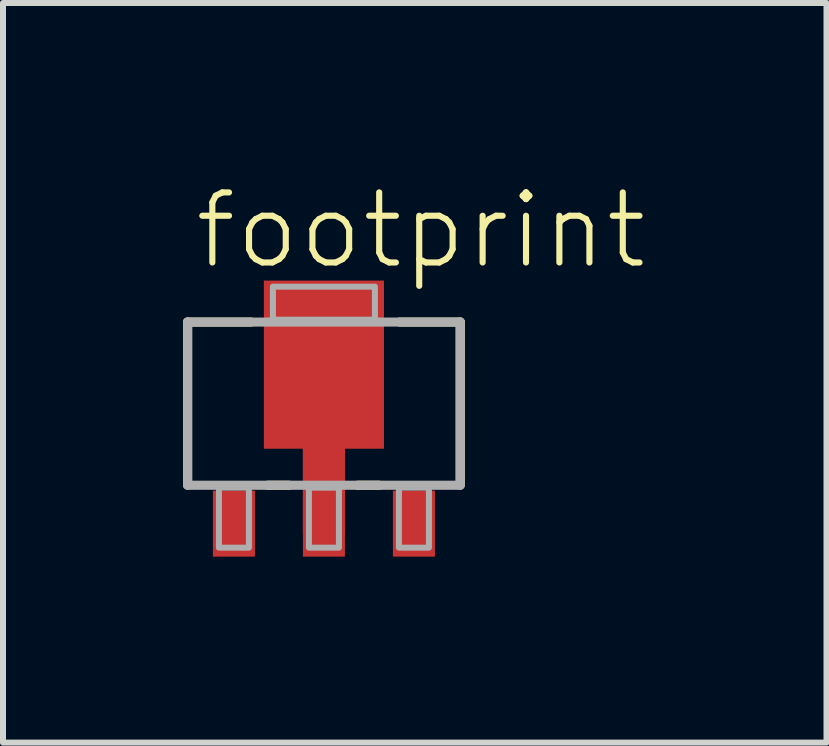
<source format=kicad_pcb>
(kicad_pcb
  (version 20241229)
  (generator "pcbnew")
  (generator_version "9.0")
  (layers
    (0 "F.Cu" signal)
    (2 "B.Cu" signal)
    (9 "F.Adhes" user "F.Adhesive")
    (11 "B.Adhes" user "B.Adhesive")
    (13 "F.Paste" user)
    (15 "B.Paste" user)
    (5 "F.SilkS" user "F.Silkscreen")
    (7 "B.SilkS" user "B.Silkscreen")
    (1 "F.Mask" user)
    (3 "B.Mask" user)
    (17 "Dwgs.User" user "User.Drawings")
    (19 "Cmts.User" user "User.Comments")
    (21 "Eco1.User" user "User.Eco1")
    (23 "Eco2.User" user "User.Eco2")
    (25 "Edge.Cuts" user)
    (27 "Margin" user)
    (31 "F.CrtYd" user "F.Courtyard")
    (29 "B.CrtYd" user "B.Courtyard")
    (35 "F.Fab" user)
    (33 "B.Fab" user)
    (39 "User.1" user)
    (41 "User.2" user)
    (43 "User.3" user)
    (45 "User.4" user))
  (footprint "footprint"
    (layer "F.Cu")
    (at 2.349 3.928)
    (property "Reference" "footprint" (at -2.205 -2.455 0) (layer "F.SilkS") (effects (font (size 1.168 1.168) (thickness 0.102)) (justify left bottom)))
    (fp_poly (pts (xy 1.001 0.501) (xy 0.351 0.501) (xy 0.351 1.926) (xy -0.351 1.926) (xy -0.351 0.501) (xy -1.001 0.501) (xy -1.001 -2.301) (xy 1.001 -2.301)) (stroke (width 0) (type solid)) (fill yes) (layer "F.Cu"))
    (fp_poly (pts (xy -1.1 0.6) (xy 1.1 0.6) (xy 1.1 -2.4) (xy -1.1 -2.4)) (stroke (width 0) (type solid)) (fill yes) (layer "F.Mask"))
    (fp_poly (pts (xy -0.45 2.4) (xy 0.45 2.4) (xy 0.45 1.1) (xy -0.45 1.1)) (stroke (width 0) (type solid)) (fill yes) (layer "F.Mask"))
    (fp_line (start -2.272 -1.61) (end -1.214 -1.61) (stroke (width 0.152) (type solid)) (layer "F.SilkS"))
    (fp_line (start -2.272 1.102) (end -2.272 -1.61) (stroke (width 0.152) (type solid)) (layer "F.SilkS"))
    (fp_line (start -0.578 1.11) (end -0.936 1.11) (stroke (width 0.152) (type solid)) (layer "F.SilkS"))
    (fp_line (start 0.922 1.11) (end 0.564 1.11) (stroke (width 0.152) (type solid)) (layer "F.SilkS"))
    (fp_line (start 1.264 -1.61) (end 2.272 -1.61) (stroke (width 0.152) (type solid)) (layer "F.SilkS"))
    (fp_line (start 2.272 -1.61) (end 2.272 1.102) (stroke (width 0.152) (type solid)) (layer "F.SilkS"))
    (fp_poly (pts (xy -0.95 0.45) (xy 0.95 0.45) (xy 0.95 -2.25) (xy -0.95 -2.25)) (stroke (width 0) (type solid)) (fill yes) (layer "F.Paste"))
    (fp_poly (pts (xy -0.35 2.3) (xy 0.35 2.3) (xy 0.35 1.2) (xy -0.35 1.2)) (stroke (width 0) (type solid)) (fill yes) (layer "F.Paste"))
    (fp_line (start -2.272 -1.61) (end 2.272 -1.61) (stroke (width 0.152) (type solid)) (layer "F.Fab"))
    (fp_line (start -2.272 1.11) (end -2.272 -1.61) (stroke (width 0.152) (type solid)) (layer "F.Fab"))
    (fp_line (start 2.272 -1.61) (end 2.272 1.11) (stroke (width 0.152) (type solid)) (layer "F.Fab"))
    (fp_line (start 2.272 1.11) (end -2.272 1.11) (stroke (width 0.152) (type solid)) (layer "F.Fab"))
    (fp_poly (pts (xy -1.75 2.15) (xy -1.25 2.15) (xy -1.25 1.15) (xy -1.75 1.15)) (stroke (width 0.1) (type solid)) (fill no) (layer "F.Fab"))
    (fp_poly (pts (xy -0.85 -1.65) (xy 0.85 -1.65) (xy 0.85 -2.2) (xy -0.85 -2.2)) (stroke (width 0.1) (type solid)) (fill no) (layer "F.Fab"))
    (fp_poly (pts (xy -0.25 2.15) (xy 0.25 2.15) (xy 0.25 1.15) (xy -0.25 1.15)) (stroke (width 0.1) (type solid)) (fill no) (layer "F.Fab"))
    (fp_poly (pts (xy 1.25 2.15) (xy 1.75 2.15) (xy 1.75 1.15) (xy 1.25 1.15)) (stroke (width 0.1) (type solid)) (fill no) (layer "F.Fab"))
    (pad "1" smd rect (at 1.5 1.75) (size 0.7 1.1) (layers "F.Cu" "F.Mask" "F.Paste"))
    (pad "2" smd rect (at -1.5 1.75) (size 0.7 1.1) (layers "F.Cu" "F.Mask" "F.Paste"))
    (pad "3" smd rect (at 0 1.4) (size 0.7 1.8) (layers "F.Cu")))
  (gr_rect
    (start -3 -3)
    (end 10.726 9.328)
    (stroke (width 0.1) (type default))
    (fill no)
    (layer "Edge.Cuts")))
</source>
